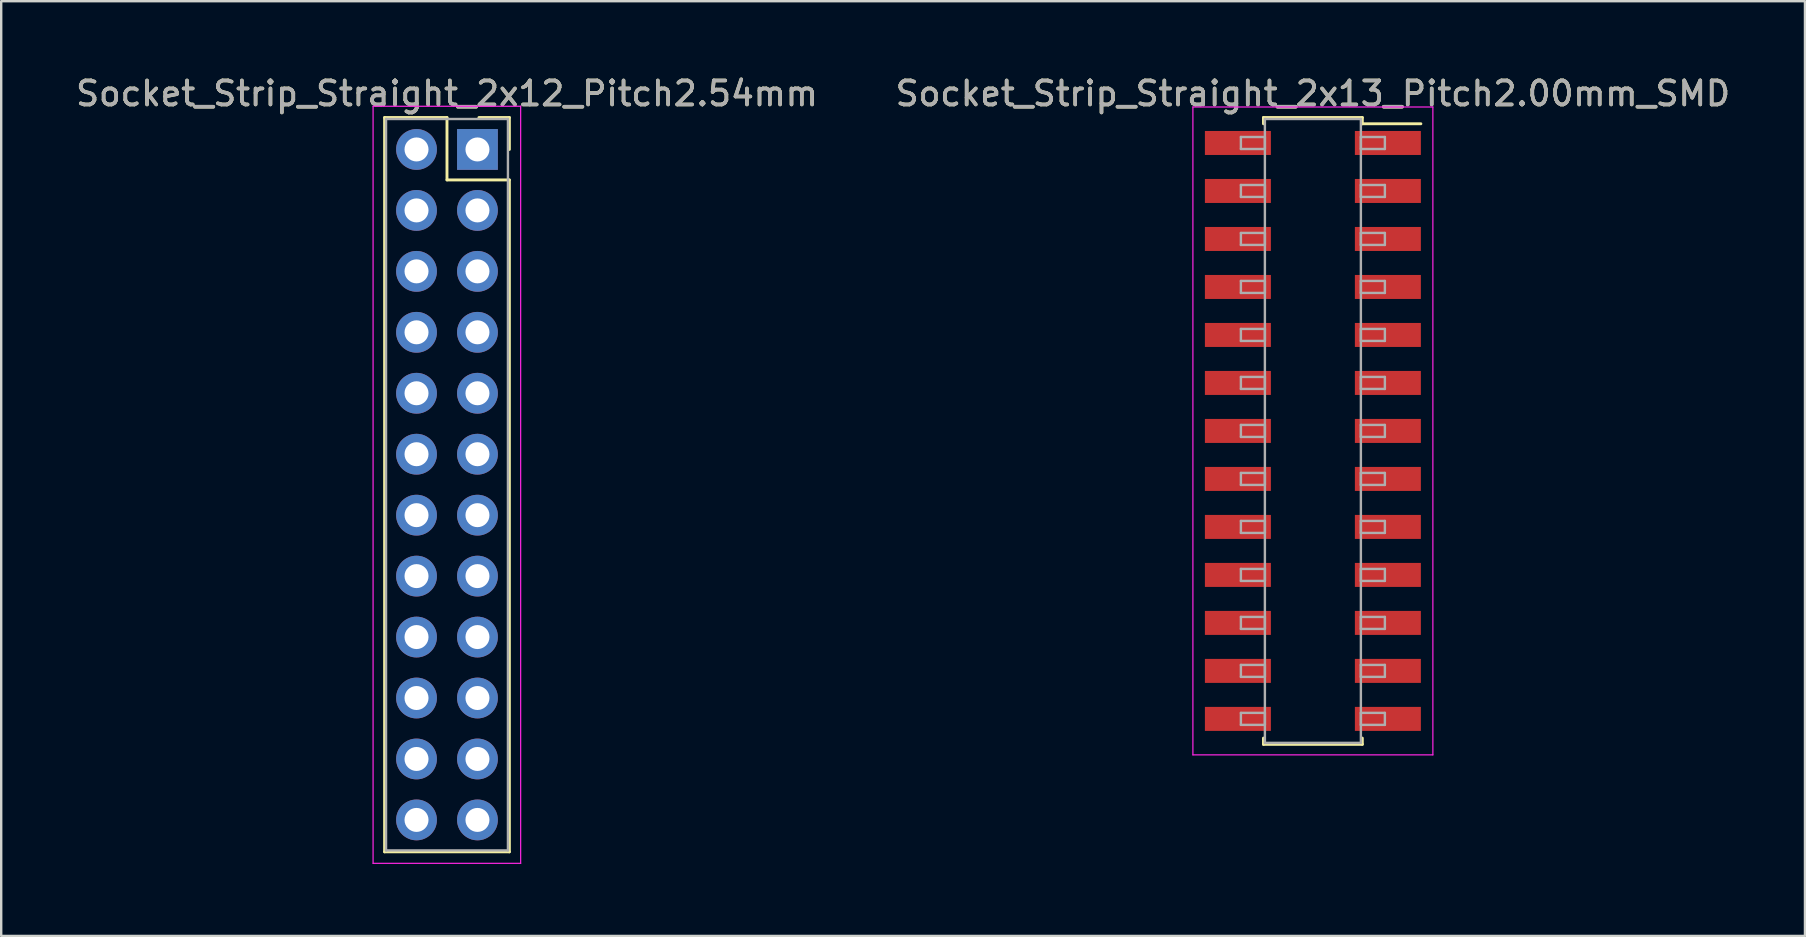
<source format=kicad_pcb>
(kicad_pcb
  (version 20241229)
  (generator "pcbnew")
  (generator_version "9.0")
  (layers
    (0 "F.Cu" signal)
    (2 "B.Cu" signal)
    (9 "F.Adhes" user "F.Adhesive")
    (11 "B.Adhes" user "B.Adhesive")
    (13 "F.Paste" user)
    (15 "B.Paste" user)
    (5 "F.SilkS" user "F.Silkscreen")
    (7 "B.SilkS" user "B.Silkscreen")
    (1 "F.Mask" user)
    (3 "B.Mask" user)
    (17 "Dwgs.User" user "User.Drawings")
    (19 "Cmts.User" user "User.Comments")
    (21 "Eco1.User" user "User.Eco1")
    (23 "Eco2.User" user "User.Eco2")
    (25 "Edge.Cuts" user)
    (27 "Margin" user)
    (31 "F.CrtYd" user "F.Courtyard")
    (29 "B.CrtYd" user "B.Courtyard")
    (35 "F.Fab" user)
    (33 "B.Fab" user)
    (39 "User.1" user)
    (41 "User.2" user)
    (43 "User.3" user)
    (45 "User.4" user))
  (footprint "Socket_Strip_Straight_2x13_Pitch2.00mm_SMD"
    (layer "F.Cu")
    (at 51.661 14.908)
    (property "Reference" "Socket_Strip_Straight_2x13_Pitch2.00mm_SMD" (at 0 -14.06 0) (layer "F.SilkS") (effects (font (size 1 1) (thickness 0.15))))
    (attr smd)
    (fp_line (start -2.06 -13.06) (end 2.06 -13.06) (stroke (width 0.12) (type solid)) (layer "F.SilkS"))
    (fp_line (start -2.06 -12.8) (end -2.06 -13.06) (stroke (width 0.12) (type solid)) (layer "F.SilkS"))
    (fp_line (start -2.06 12.8) (end -2.06 13.06) (stroke (width 0.12) (type solid)) (layer "F.SilkS"))
    (fp_line (start -2.06 13.06) (end 2.06 13.06) (stroke (width 0.12) (type solid)) (layer "F.SilkS"))
    (fp_line (start 2.06 -13.06) (end 2.06 -12.8) (stroke (width 0.12) (type solid)) (layer "F.SilkS"))
    (fp_line (start 2.06 13.06) (end 2.06 12.8) (stroke (width 0.12) (type solid)) (layer "F.SilkS"))
    (fp_line (start 4.5 -12.8) (end 2.06 -12.8) (stroke (width 0.12) (type solid)) (layer "F.SilkS"))
    (fp_line (start -5 -13.5) (end -5 13.5) (stroke (width 0.05) (type solid)) (layer "F.CrtYd"))
    (fp_line (start -5 13.5) (end 5 13.5) (stroke (width 0.05) (type solid)) (layer "F.CrtYd"))
    (fp_line (start 5 -13.5) (end -5 -13.5) (stroke (width 0.05) (type solid)) (layer "F.CrtYd"))
    (fp_line (start 5 13.5) (end 5 -13.5) (stroke (width 0.05) (type solid)) (layer "F.CrtYd"))
    (fp_line (start -3 -12.25) (end -2 -12.25) (stroke (width 0.1) (type solid)) (layer "F.Fab"))
    (fp_line (start -3 -11.75) (end -3 -12.25) (stroke (width 0.1) (type solid)) (layer "F.Fab"))
    (fp_line (start -3 -10.25) (end -2 -10.25) (stroke (width 0.1) (type solid)) (layer "F.Fab"))
    (fp_line (start -3 -9.75) (end -3 -10.25) (stroke (width 0.1) (type solid)) (layer "F.Fab"))
    (fp_line (start -3 -8.25) (end -2 -8.25) (stroke (width 0.1) (type solid)) (layer "F.Fab"))
    (fp_line (start -3 -7.75) (end -3 -8.25) (stroke (width 0.1) (type solid)) (layer "F.Fab"))
    (fp_line (start -3 -6.25) (end -2 -6.25) (stroke (width 0.1) (type solid)) (layer "F.Fab"))
    (fp_line (start -3 -5.75) (end -3 -6.25) (stroke (width 0.1) (type solid)) (layer "F.Fab"))
    (fp_line (start -3 -4.25) (end -2 -4.25) (stroke (width 0.1) (type solid)) (layer "F.Fab"))
    (fp_line (start -3 -3.75) (end -3 -4.25) (stroke (width 0.1) (type solid)) (layer "F.Fab"))
    (fp_line (start -3 -2.25) (end -2 -2.25) (stroke (width 0.1) (type solid)) (layer "F.Fab"))
    (fp_line (start -3 -1.75) (end -3 -2.25) (stroke (width 0.1) (type solid)) (layer "F.Fab"))
    (fp_line (start -3 -0.25) (end -2 -0.25) (stroke (width 0.1) (type solid)) (layer "F.Fab"))
    (fp_line (start -3 0.25) (end -3 -0.25) (stroke (width 0.1) (type solid)) (layer "F.Fab"))
    (fp_line (start -3 1.75) (end -2 1.75) (stroke (width 0.1) (type solid)) (layer "F.Fab"))
    (fp_line (start -3 2.25) (end -3 1.75) (stroke (width 0.1) (type solid)) (layer "F.Fab"))
    (fp_line (start -3 3.75) (end -2 3.75) (stroke (width 0.1) (type solid)) (layer "F.Fab"))
    (fp_line (start -3 4.25) (end -3 3.75) (stroke (width 0.1) (type solid)) (layer "F.Fab"))
    (fp_line (start -3 5.75) (end -2 5.75) (stroke (width 0.1) (type solid)) (layer "F.Fab"))
    (fp_line (start -3 6.25) (end -3 5.75) (stroke (width 0.1) (type solid)) (layer "F.Fab"))
    (fp_line (start -3 7.75) (end -2 7.75) (stroke (width 0.1) (type solid)) (layer "F.Fab"))
    (fp_line (start -3 8.25) (end -3 7.75) (stroke (width 0.1) (type solid)) (layer "F.Fab"))
    (fp_line (start -3 9.75) (end -2 9.75) (stroke (width 0.1) (type solid)) (layer "F.Fab"))
    (fp_line (start -3 10.25) (end -3 9.75) (stroke (width 0.1) (type solid)) (layer "F.Fab"))
    (fp_line (start -3 11.75) (end -2 11.75) (stroke (width 0.1) (type solid)) (layer "F.Fab"))
    (fp_line (start -3 12.25) (end -3 11.75) (stroke (width 0.1) (type solid)) (layer "F.Fab"))
    (fp_line (start -2 -13) (end -2 13) (stroke (width 0.1) (type solid)) (layer "F.Fab"))
    (fp_line (start -2 -12.25) (end -2 -11.75) (stroke (width 0.1) (type solid)) (layer "F.Fab"))
    (fp_line (start -2 -11.75) (end -3 -11.75) (stroke (width 0.1) (type solid)) (layer "F.Fab"))
    (fp_line (start -2 -10.25) (end -2 -9.75) (stroke (width 0.1) (type solid)) (layer "F.Fab"))
    (fp_line (start -2 -9.75) (end -3 -9.75) (stroke (width 0.1) (type solid)) (layer "F.Fab"))
    (fp_line (start -2 -8.25) (end -2 -7.75) (stroke (width 0.1) (type solid)) (layer "F.Fab"))
    (fp_line (start -2 -7.75) (end -3 -7.75) (stroke (width 0.1) (type solid)) (layer "F.Fab"))
    (fp_line (start -2 -6.25) (end -2 -5.75) (stroke (width 0.1) (type solid)) (layer "F.Fab"))
    (fp_line (start -2 -5.75) (end -3 -5.75) (stroke (width 0.1) (type solid)) (layer "F.Fab"))
    (fp_line (start -2 -4.25) (end -2 -3.75) (stroke (width 0.1) (type solid)) (layer "F.Fab"))
    (fp_line (start -2 -3.75) (end -3 -3.75) (stroke (width 0.1) (type solid)) (layer "F.Fab"))
    (fp_line (start -2 -2.25) (end -2 -1.75) (stroke (width 0.1) (type solid)) (layer "F.Fab"))
    (fp_line (start -2 -1.75) (end -3 -1.75) (stroke (width 0.1) (type solid)) (layer "F.Fab"))
    (fp_line (start -2 -0.25) (end -2 0.25) (stroke (width 0.1) (type solid)) (layer "F.Fab"))
    (fp_line (start -2 0.25) (end -3 0.25) (stroke (width 0.1) (type solid)) (layer "F.Fab"))
    (fp_line (start -2 1.75) (end -2 2.25) (stroke (width 0.1) (type solid)) (layer "F.Fab"))
    (fp_line (start -2 2.25) (end -3 2.25) (stroke (width 0.1) (type solid)) (layer "F.Fab"))
    (fp_line (start -2 3.75) (end -2 4.25) (stroke (width 0.1) (type solid)) (layer "F.Fab"))
    (fp_line (start -2 4.25) (end -3 4.25) (stroke (width 0.1) (type solid)) (layer "F.Fab"))
    (fp_line (start -2 5.75) (end -2 6.25) (stroke (width 0.1) (type solid)) (layer "F.Fab"))
    (fp_line (start -2 6.25) (end -3 6.25) (stroke (width 0.1) (type solid)) (layer "F.Fab"))
    (fp_line (start -2 7.75) (end -2 8.25) (stroke (width 0.1) (type solid)) (layer "F.Fab"))
    (fp_line (start -2 8.25) (end -3 8.25) (stroke (width 0.1) (type solid)) (layer "F.Fab"))
    (fp_line (start -2 9.75) (end -2 10.25) (stroke (width 0.1) (type solid)) (layer "F.Fab"))
    (fp_line (start -2 10.25) (end -3 10.25) (stroke (width 0.1) (type solid)) (layer "F.Fab"))
    (fp_line (start -2 11.75) (end -2 12.25) (stroke (width 0.1) (type solid)) (layer "F.Fab"))
    (fp_line (start -2 12.25) (end -3 12.25) (stroke (width 0.1) (type solid)) (layer "F.Fab"))
    (fp_line (start -2 13) (end 2 13) (stroke (width 0.1) (type solid)) (layer "F.Fab"))
    (fp_line (start 2 -13) (end -2 -13) (stroke (width 0.1) (type solid)) (layer "F.Fab"))
    (fp_line (start 2 -12.25) (end 2 -11.75) (stroke (width 0.1) (type solid)) (layer "F.Fab"))
    (fp_line (start 2 -11.75) (end 3 -11.75) (stroke (width 0.1) (type solid)) (layer "F.Fab"))
    (fp_line (start 2 -10.25) (end 2 -9.75) (stroke (width 0.1) (type solid)) (layer "F.Fab"))
    (fp_line (start 2 -9.75) (end 3 -9.75) (stroke (width 0.1) (type solid)) (layer "F.Fab"))
    (fp_line (start 2 -8.25) (end 2 -7.75) (stroke (width 0.1) (type solid)) (layer "F.Fab"))
    (fp_line (start 2 -7.75) (end 3 -7.75) (stroke (width 0.1) (type solid)) (layer "F.Fab"))
    (fp_line (start 2 -6.25) (end 2 -5.75) (stroke (width 0.1) (type solid)) (layer "F.Fab"))
    (fp_line (start 2 -5.75) (end 3 -5.75) (stroke (width 0.1) (type solid)) (layer "F.Fab"))
    (fp_line (start 2 -4.25) (end 2 -3.75) (stroke (width 0.1) (type solid)) (layer "F.Fab"))
    (fp_line (start 2 -3.75) (end 3 -3.75) (stroke (width 0.1) (type solid)) (layer "F.Fab"))
    (fp_line (start 2 -2.25) (end 2 -1.75) (stroke (width 0.1) (type solid)) (layer "F.Fab"))
    (fp_line (start 2 -1.75) (end 3 -1.75) (stroke (width 0.1) (type solid)) (layer "F.Fab"))
    (fp_line (start 2 -0.25) (end 2 0.25) (stroke (width 0.1) (type solid)) (layer "F.Fab"))
    (fp_line (start 2 0.25) (end 3 0.25) (stroke (width 0.1) (type solid)) (layer "F.Fab"))
    (fp_line (start 2 1.75) (end 2 2.25) (stroke (width 0.1) (type solid)) (layer "F.Fab"))
    (fp_line (start 2 2.25) (end 3 2.25) (stroke (width 0.1) (type solid)) (layer "F.Fab"))
    (fp_line (start 2 3.75) (end 2 4.25) (stroke (width 0.1) (type solid)) (layer "F.Fab"))
    (fp_line (start 2 4.25) (end 3 4.25) (stroke (width 0.1) (type solid)) (layer "F.Fab"))
    (fp_line (start 2 5.75) (end 2 6.25) (stroke (width 0.1) (type solid)) (layer "F.Fab"))
    (fp_line (start 2 6.25) (end 3 6.25) (stroke (width 0.1) (type solid)) (layer "F.Fab"))
    (fp_line (start 2 7.75) (end 2 8.25) (stroke (width 0.1) (type solid)) (layer "F.Fab"))
    (fp_line (start 2 8.25) (end 3 8.25) (stroke (width 0.1) (type solid)) (layer "F.Fab"))
    (fp_line (start 2 9.75) (end 2 10.25) (stroke (width 0.1) (type solid)) (layer "F.Fab"))
    (fp_line (start 2 10.25) (end 3 10.25) (stroke (width 0.1) (type solid)) (layer "F.Fab"))
    (fp_line (start 2 11.75) (end 2 12.25) (stroke (width 0.1) (type solid)) (layer "F.Fab"))
    (fp_line (start 2 12.25) (end 3 12.25) (stroke (width 0.1) (type solid)) (layer "F.Fab"))
    (fp_line (start 2 13) (end 2 -13) (stroke (width 0.1) (type solid)) (layer "F.Fab"))
    (fp_line (start 3 -12.25) (end 2 -12.25) (stroke (width 0.1) (type solid)) (layer "F.Fab"))
    (fp_line (start 3 -11.75) (end 3 -12.25) (stroke (width 0.1) (type solid)) (layer "F.Fab"))
    (fp_line (start 3 -10.25) (end 2 -10.25) (stroke (width 0.1) (type solid)) (layer "F.Fab"))
    (fp_line (start 3 -9.75) (end 3 -10.25) (stroke (width 0.1) (type solid)) (layer "F.Fab"))
    (fp_line (start 3 -8.25) (end 2 -8.25) (stroke (width 0.1) (type solid)) (layer "F.Fab"))
    (fp_line (start 3 -7.75) (end 3 -8.25) (stroke (width 0.1) (type solid)) (layer "F.Fab"))
    (fp_line (start 3 -6.25) (end 2 -6.25) (stroke (width 0.1) (type solid)) (layer "F.Fab"))
    (fp_line (start 3 -5.75) (end 3 -6.25) (stroke (width 0.1) (type solid)) (layer "F.Fab"))
    (fp_line (start 3 -4.25) (end 2 -4.25) (stroke (width 0.1) (type solid)) (layer "F.Fab"))
    (fp_line (start 3 -3.75) (end 3 -4.25) (stroke (width 0.1) (type solid)) (layer "F.Fab"))
    (fp_line (start 3 -2.25) (end 2 -2.25) (stroke (width 0.1) (type solid)) (layer "F.Fab"))
    (fp_line (start 3 -1.75) (end 3 -2.25) (stroke (width 0.1) (type solid)) (layer "F.Fab"))
    (fp_line (start 3 -0.25) (end 2 -0.25) (stroke (width 0.1) (type solid)) (layer "F.Fab"))
    (fp_line (start 3 0.25) (end 3 -0.25) (stroke (width 0.1) (type solid)) (layer "F.Fab"))
    (fp_line (start 3 1.75) (end 2 1.75) (stroke (width 0.1) (type solid)) (layer "F.Fab"))
    (fp_line (start 3 2.25) (end 3 1.75) (stroke (width 0.1) (type solid)) (layer "F.Fab"))
    (fp_line (start 3 3.75) (end 2 3.75) (stroke (width 0.1) (type solid)) (layer "F.Fab"))
    (fp_line (start 3 4.25) (end 3 3.75) (stroke (width 0.1) (type solid)) (layer "F.Fab"))
    (fp_line (start 3 5.75) (end 2 5.75) (stroke (width 0.1) (type solid)) (layer "F.Fab"))
    (fp_line (start 3 6.25) (end 3 5.75) (stroke (width 0.1) (type solid)) (layer "F.Fab"))
    (fp_line (start 3 7.75) (end 2 7.75) (stroke (width 0.1) (type solid)) (layer "F.Fab"))
    (fp_line (start 3 8.25) (end 3 7.75) (stroke (width 0.1) (type solid)) (layer "F.Fab"))
    (fp_line (start 3 9.75) (end 2 9.75) (stroke (width 0.1) (type solid)) (layer "F.Fab"))
    (fp_line (start 3 10.25) (end 3 9.75) (stroke (width 0.1) (type solid)) (layer "F.Fab"))
    (fp_line (start 3 11.75) (end 2 11.75) (stroke (width 0.1) (type solid)) (layer "F.Fab"))
    (fp_line (start 3 12.25) (end 3 11.75) (stroke (width 0.1) (type solid)) (layer "F.Fab"))
    (fp_text user "${REFERENCE}" (at 0 -14.06 0) (layer "F.Fab") (effects (font (size 1 1) (thickness 0.15))))
    (pad "1" smd rect (at 3.125 -12) (size 2.75 1) (layers "F.Cu" "F.Mask" "F.Paste"))
    (pad "2" smd rect (at -3.125 -12) (size 2.75 1) (layers "F.Cu" "F.Mask" "F.Paste"))
    (pad "3" smd rect (at 3.125 -10) (size 2.75 1) (layers "F.Cu" "F.Mask" "F.Paste"))
    (pad "4" smd rect (at -3.125 -10) (size 2.75 1) (layers "F.Cu" "F.Mask" "F.Paste"))
    (pad "5" smd rect (at 3.125 -8) (size 2.75 1) (layers "F.Cu" "F.Mask" "F.Paste"))
    (pad "6" smd rect (at -3.125 -8) (size 2.75 1) (layers "F.Cu" "F.Mask" "F.Paste"))
    (pad "7" smd rect (at 3.125 -6) (size 2.75 1) (layers "F.Cu" "F.Mask" "F.Paste"))
    (pad "8" smd rect (at -3.125 -6) (size 2.75 1) (layers "F.Cu" "F.Mask" "F.Paste"))
    (pad "9" smd rect (at 3.125 -4) (size 2.75 1) (layers "F.Cu" "F.Mask" "F.Paste"))
    (pad "10" smd rect (at -3.125 -4) (size 2.75 1) (layers "F.Cu" "F.Mask" "F.Paste"))
    (pad "11" smd rect (at 3.125 -2) (size 2.75 1) (layers "F.Cu" "F.Mask" "F.Paste"))
    (pad "12" smd rect (at -3.125 -2) (size 2.75 1) (layers "F.Cu" "F.Mask" "F.Paste"))
    (pad "13" smd rect (at 3.125 0) (size 2.75 1) (layers "F.Cu" "F.Mask" "F.Paste"))
    (pad "14" smd rect (at -3.125 0) (size 2.75 1) (layers "F.Cu" "F.Mask" "F.Paste"))
    (pad "15" smd rect (at 3.125 2) (size 2.75 1) (layers "F.Cu" "F.Mask" "F.Paste"))
    (pad "16" smd rect (at -3.125 2) (size 2.75 1) (layers "F.Cu" "F.Mask" "F.Paste"))
    (pad "17" smd rect (at 3.125 4) (size 2.75 1) (layers "F.Cu" "F.Mask" "F.Paste"))
    (pad "18" smd rect (at -3.125 4) (size 2.75 1) (layers "F.Cu" "F.Mask" "F.Paste"))
    (pad "19" smd rect (at 3.125 6) (size 2.75 1) (layers "F.Cu" "F.Mask" "F.Paste"))
    (pad "20" smd rect (at -3.125 6) (size 2.75 1) (layers "F.Cu" "F.Mask" "F.Paste"))
    (pad "21" smd rect (at 3.125 8) (size 2.75 1) (layers "F.Cu" "F.Mask" "F.Paste"))
    (pad "22" smd rect (at -3.125 8) (size 2.75 1) (layers "F.Cu" "F.Mask" "F.Paste"))
    (pad "23" smd rect (at 3.125 10) (size 2.75 1) (layers "F.Cu" "F.Mask" "F.Paste"))
    (pad "24" smd rect (at -3.125 10) (size 2.75 1) (layers "F.Cu" "F.Mask" "F.Paste"))
    (pad "25" smd rect (at 3.125 12) (size 2.75 1) (layers "F.Cu" "F.Mask" "F.Paste"))
    (pad "26" smd rect (at -3.125 12) (size 2.75 1) (layers "F.Cu" "F.Mask" "F.Paste")))
  (footprint "Socket_Strip_Straight_2x12_Pitch2.54mm"
    (layer "F.Cu")
    (at 16.847 3.178)
    (property "Reference" "Socket_Strip_Straight_2x12_Pitch2.54mm" (at -1.27 -2.33 0) (layer "F.SilkS") (effects (font (size 1 1) (thickness 0.15))))
    (attr through_hole)
    (fp_line (start -3.87 -1.33) (end -1.27 -1.33) (stroke (width 0.12) (type solid)) (layer "F.SilkS"))
    (fp_line (start -3.87 29.27) (end -3.87 -1.33) (stroke (width 0.12) (type solid)) (layer "F.SilkS"))
    (fp_line (start -1.27 -1.33) (end -1.27 1.27) (stroke (width 0.12) (type solid)) (layer "F.SilkS"))
    (fp_line (start -1.27 1.27) (end 1.33 1.27) (stroke (width 0.12) (type solid)) (layer "F.SilkS"))
    (fp_line (start 1.33 -1.33) (end 0.06 -1.33) (stroke (width 0.12) (type solid)) (layer "F.SilkS"))
    (fp_line (start 1.33 0) (end 1.33 -1.33) (stroke (width 0.12) (type solid)) (layer "F.SilkS"))
    (fp_line (start 1.33 1.27) (end 1.33 29.27) (stroke (width 0.12) (type solid)) (layer "F.SilkS"))
    (fp_line (start 1.33 29.27) (end -3.87 29.27) (stroke (width 0.12) (type solid)) (layer "F.SilkS"))
    (fp_line (start -4.35 -1.8) (end -4.35 29.75) (stroke (width 0.05) (type solid)) (layer "F.CrtYd"))
    (fp_line (start -4.35 29.75) (end 1.8 29.75) (stroke (width 0.05) (type solid)) (layer "F.CrtYd"))
    (fp_line (start 1.8 -1.8) (end -4.35 -1.8) (stroke (width 0.05) (type solid)) (layer "F.CrtYd"))
    (fp_line (start 1.8 29.75) (end 1.8 -1.8) (stroke (width 0.05) (type solid)) (layer "F.CrtYd"))
    (fp_line (start -3.81 -1.27) (end -3.81 29.21) (stroke (width 0.1) (type solid)) (layer "F.Fab"))
    (fp_line (start -3.81 29.21) (end 1.27 29.21) (stroke (width 0.1) (type solid)) (layer "F.Fab"))
    (fp_line (start 1.27 -1.27) (end -3.81 -1.27) (stroke (width 0.1) (type solid)) (layer "F.Fab"))
    (fp_line (start 1.27 29.21) (end 1.27 -1.27) (stroke (width 0.1) (type solid)) (layer "F.Fab"))
    (fp_text user "${REFERENCE}" (at -1.27 -2.33 0) (layer "F.Fab") (effects (font (size 1 1) (thickness 0.15))))
    (pad "1" thru_hole rect (at 0 0) (size 1.7 1.7) (drill 1) (layers "*.Cu" "*.Mask"))
    (pad "2" thru_hole oval (at -2.54 0) (size 1.7 1.7) (drill 1) (layers "*.Cu" "*.Mask"))
    (pad "3" thru_hole oval (at 0 2.54) (size 1.7 1.7) (drill 1) (layers "*.Cu" "*.Mask"))
    (pad "4" thru_hole oval (at -2.54 2.54) (size 1.7 1.7) (drill 1) (layers "*.Cu" "*.Mask"))
    (pad "5" thru_hole oval (at 0 5.08) (size 1.7 1.7) (drill 1) (layers "*.Cu" "*.Mask"))
    (pad "6" thru_hole oval (at -2.54 5.08) (size 1.7 1.7) (drill 1) (layers "*.Cu" "*.Mask"))
    (pad "7" thru_hole oval (at 0 7.62) (size 1.7 1.7) (drill 1) (layers "*.Cu" "*.Mask"))
    (pad "8" thru_hole oval (at -2.54 7.62) (size 1.7 1.7) (drill 1) (layers "*.Cu" "*.Mask"))
    (pad "9" thru_hole oval (at 0 10.16) (size 1.7 1.7) (drill 1) (layers "*.Cu" "*.Mask"))
    (pad "10" thru_hole oval (at -2.54 10.16) (size 1.7 1.7) (drill 1) (layers "*.Cu" "*.Mask"))
    (pad "11" thru_hole oval (at 0 12.7) (size 1.7 1.7) (drill 1) (layers "*.Cu" "*.Mask"))
    (pad "12" thru_hole oval (at -2.54 12.7) (size 1.7 1.7) (drill 1) (layers "*.Cu" "*.Mask"))
    (pad "13" thru_hole oval (at 0 15.24) (size 1.7 1.7) (drill 1) (layers "*.Cu" "*.Mask"))
    (pad "14" thru_hole oval (at -2.54 15.24) (size 1.7 1.7) (drill 1) (layers "*.Cu" "*.Mask"))
    (pad "15" thru_hole oval (at 0 17.78) (size 1.7 1.7) (drill 1) (layers "*.Cu" "*.Mask"))
    (pad "16" thru_hole oval (at -2.54 17.78) (size 1.7 1.7) (drill 1) (layers "*.Cu" "*.Mask"))
    (pad "17" thru_hole oval (at 0 20.32) (size 1.7 1.7) (drill 1) (layers "*.Cu" "*.Mask"))
    (pad "18" thru_hole oval (at -2.54 20.32) (size 1.7 1.7) (drill 1) (layers "*.Cu" "*.Mask"))
    (pad "19" thru_hole oval (at 0 22.86) (size 1.7 1.7) (drill 1) (layers "*.Cu" "*.Mask"))
    (pad "20" thru_hole oval (at -2.54 22.86) (size 1.7 1.7) (drill 1) (layers "*.Cu" "*.Mask"))
    (pad "21" thru_hole oval (at 0 25.4) (size 1.7 1.7) (drill 1) (layers "*.Cu" "*.Mask"))
    (pad "22" thru_hole oval (at -2.54 25.4) (size 1.7 1.7) (drill 1) (layers "*.Cu" "*.Mask"))
    (pad "23" thru_hole oval (at 0 27.94) (size 1.7 1.7) (drill 1) (layers "*.Cu" "*.Mask"))
    (pad "24" thru_hole oval (at -2.54 27.94) (size 1.7 1.7) (drill 1) (layers "*.Cu" "*.Mask")))
  (gr_rect
    (start -3 -3)
    (end 72.167 35.953)
    (stroke (width 0.1) (type default))
    (fill no)
    (layer "Edge.Cuts")))
</source>
